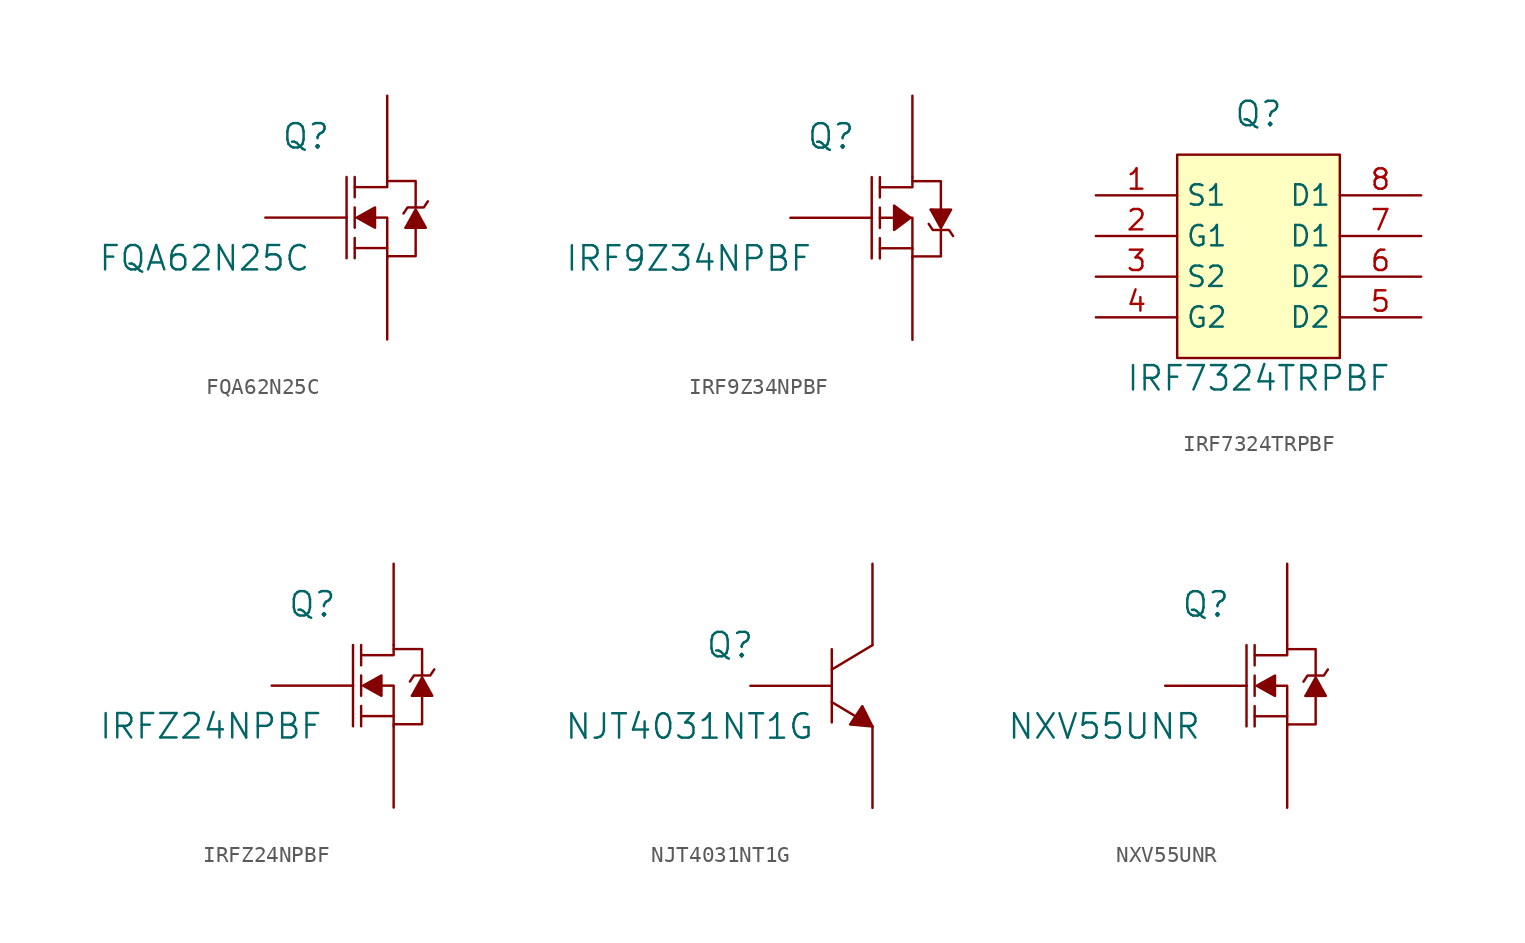
<source format=kicad_sym>
(kicad_symbol_lib
  (version 20211014)
  (generator kicad_symbol_editor)
  (symbol "FQA62N25C"
    (pin_numbers hide)
    (pin_names
      (offset 0) hide)
    (property "Reference" "Q"
      (at -2.54 5.08 0)
      (effects (font (size 1.524 1.524))))
    (property "Value" "FQA62N25C"
      (at -8.89 -2.54 0)
      (effects (font (size 1.524 1.524))))
    (symbol "FQA62N25C_0_1"
      (polyline (pts (xy 0 0) (xy 0 -2.54)) (stroke (width 0) (type default) (color 0 0 0 0)) (fill (type none)))
      (polyline (pts (xy 0 0) (xy 0 2.54)) (stroke (width 0) (type default) (color 0 0 0 0)) (fill (type none)))
      (polyline (pts (xy 0.508 -1.27) (xy 0.508 -2.54)) (stroke (width 0) (type default) (color 0 0 0 0)) (fill (type none)))
      (polyline (pts (xy 0.508 -0.635) (xy 0.508 0.635)) (stroke (width 0) (type default) (color 0 0 0 0)) (fill (type none)))
      (polyline (pts (xy 0.508 1.27) (xy 0.508 2.54)) (stroke (width 0) (type default) (color 0 0 0 0)) (fill (type none)))
      (polyline (pts (xy 2.54 -2.54) (xy 2.54 -1.905)) (stroke (width 0) (type default) (color 0 0 0 0)) (fill (type none)))
      (polyline (pts (xy 3.81 -0.635) (xy 3.683 -0.635)) (stroke (width 0) (type default) (color 0 0 0 0)) (fill (type none)))
      (polyline (pts (xy 0.508 1.905) (xy 2.54 1.905) (xy 2.54 2.54)) (stroke (width 0) (type default) (color 0 0 0 0)) (fill (type none)))
      (polyline (pts (xy 4.318 -0.635) (xy 4.318 -2.413) (xy 2.54 -2.413)) (stroke (width 0) (type default) (color 0 0 0 0)) (fill (type none)))
      (polyline (pts (xy 4.318 0.635) (xy 4.318 2.286) (xy 2.54 2.286)) (stroke (width 0) (type default) (color 0 0 0 0)) (fill (type none)))
      (polyline (pts (xy 0.508 -1.905) (xy 2.54 -1.905) (xy 2.54 0) (xy 1.778 0)) (stroke (width 0) (type default) (color 0 0 0 0)) (fill (type none)))
      (polyline (pts (xy 0.635 0) (xy 1.778 0.635) (xy 1.778 -0.635) (xy 0.635 0)) (stroke (width 0) (type default) (color 0 0 0 0)) (fill (type outline)))
      (polyline (pts (xy 3.556 0.254) (xy 3.81 0.635) (xy 4.826 0.635) (xy 5.08 1.016)) (stroke (width 0) (type default) (color 0 0 0 0)) (fill (type none)))
      (polyline (pts (xy 3.683 -0.635) (xy 4.318 0.508) (xy 4.953 -0.635) (xy 3.81 -0.635)) (stroke (width 0) (type default) (color 0 0 0 0)) (fill (type outline))))
    (symbol "FQA62N25C_1_1"
      (pin input line (at -5.08 0 0) (length 5.08) (name "G" (effects (font (size 1.27 1.27)))) (number "1" (effects (font (size 1.27 1.27)))))
      (pin input line (at 2.54 7.62 270) (length 5.08) (name "D" (effects (font (size 1.27 1.27)))) (number "2" (effects (font (size 1.27 1.27)))))
      (pin input line (at 2.54 -7.62 90) (length 5.08) (name "S" (effects (font (size 1.27 1.27)))) (number "3" (effects (font (size 1.27 1.27)))))))
  (symbol "IRF9Z34NPBF"
    (pin_numbers hide)
    (pin_names
      (offset 0) hide)
    (property "Reference" "Q"
      (at -2.54 5.08 0)
      (effects (font (size 1.524 1.524))))
    (property "Value" "IRF9Z34NPBF"
      (at -11.43 -2.54 0)
      (effects (font (size 1.524 1.524))))
    (symbol "IRF9Z34NPBF_0_1"
      (polyline (pts (xy 0 0) (xy 0 -2.54)) (stroke (width 0) (type default) (color 0 0 0 0)) (fill (type none)))
      (polyline (pts (xy 0 0) (xy 0 2.54)) (stroke (width 0) (type default) (color 0 0 0 0)) (fill (type none)))
      (polyline (pts (xy 0.508 -1.905) (xy 2.54 -1.905)) (stroke (width 0) (type default) (color 0 0 0 0)) (fill (type none)))
      (polyline (pts (xy 0.508 -1.27) (xy 0.508 -2.54)) (stroke (width 0) (type default) (color 0 0 0 0)) (fill (type none)))
      (polyline (pts (xy 0.508 -0.635) (xy 0.508 0.635)) (stroke (width 0) (type default) (color 0 0 0 0)) (fill (type none)))
      (polyline (pts (xy 0.508 0) (xy 1.397 0)) (stroke (width 0) (type default) (color 0 0 0 0)) (fill (type none)))
      (polyline (pts (xy 0.508 1.27) (xy 0.508 2.54)) (stroke (width 0) (type default) (color 0 0 0 0)) (fill (type none)))
      (polyline (pts (xy 2.54 -2.54) (xy 2.54 -1.905)) (stroke (width 0) (type default) (color 0 0 0 0)) (fill (type none)))
      (polyline (pts (xy 3.81 0.508) (xy 3.683 0.508)) (stroke (width 0) (type default) (color 0 0 0 0)) (fill (type none)))
      (polyline (pts (xy 0.508 1.905) (xy 2.54 1.905) (xy 2.54 2.54)) (stroke (width 0) (type default) (color 0 0 0 0)) (fill (type none)))
      (polyline (pts (xy 2.413 0) (xy 2.54 0) (xy 2.54 -1.905)) (stroke (width 0) (type default) (color 0 0 0 0)) (fill (type none)))
      (polyline (pts (xy 4.318 -0.762) (xy 4.318 -2.413) (xy 2.54 -2.413)) (stroke (width 0) (type default) (color 0 0 0 0)) (fill (type none)))
      (polyline (pts (xy 4.318 0.508) (xy 4.318 2.286) (xy 2.54 2.286)) (stroke (width 0) (type default) (color 0 0 0 0)) (fill (type none)))
      (polyline (pts (xy 2.413 0) (xy 1.397 0.762) (xy 1.397 -0.762) (xy 2.413 0)) (stroke (width 0) (type default) (color 0 0 0 0)) (fill (type outline)))
      (polyline (pts (xy 3.556 -0.381) (xy 3.81 -0.762) (xy 4.826 -0.762) (xy 5.08 -1.143)) (stroke (width 0) (type default) (color 0 0 0 0)) (fill (type none)))
      (polyline (pts (xy 3.683 0.508) (xy 4.318 -0.635) (xy 4.953 0.508) (xy 3.81 0.508)) (stroke (width 0) (type default) (color 0 0 0 0)) (fill (type outline))))
    (symbol "IRF9Z34NPBF_1_1"
      (pin input line (at -5.08 0 0) (length 5.08) (name "G" (effects (font (size 1.27 1.27)))) (number "1" (effects (font (size 1.27 1.27)))))
      (pin input line (at 2.54 7.62 270) (length 5.08) (name "D" (effects (font (size 1.27 1.27)))) (number "2" (effects (font (size 1.27 1.27)))))
      (pin input line (at 2.54 -7.62 90) (length 5.08) (name "S" (effects (font (size 1.27 1.27)))) (number "3" (effects (font (size 1.27 1.27)))))))
  (symbol "IRF7324TRPBF"
    (property "Reference" "Q"
      (at 0 8.89 0)
      (effects (font (size 1.524 1.524))))
    (property "Value" "IRF7324TRPBF"
      (at 0 -7.62 0)
      (effects (font (size 1.524 1.524))))
    (symbol "IRF7324TRPBF_0_1"
      (rectangle (start -5.08 6.35) (end 5.08 -6.35) (stroke (width 0) (type default) (color 0 0 0 0)) (fill (type background))))
    (symbol "IRF7324TRPBF_1_1"
      (pin passive line (at -10.16 3.81 0) (length 5.08) (name "S1" (effects (font (size 1.27 1.27)))) (number "1" (effects (font (size 1.27 1.27)))))
      (pin passive line (at -10.16 1.27 0) (length 5.08) (name "G1" (effects (font (size 1.27 1.27)))) (number "2" (effects (font (size 1.27 1.27)))))
      (pin passive line (at -10.16 -1.27 0) (length 5.08) (name "S2" (effects (font (size 1.27 1.27)))) (number "3" (effects (font (size 1.27 1.27)))))
      (pin passive line (at -10.16 -3.81 0) (length 5.08) (name "G2" (effects (font (size 1.27 1.27)))) (number "4" (effects (font (size 1.27 1.27)))))
      (pin input line (at 10.16 -3.81 180) (length 5.08) (name "D2" (effects (font (size 1.27 1.27)))) (number "5" (effects (font (size 1.27 1.27)))))
      (pin input line (at 10.16 -1.27 180) (length 5.08) (name "D2" (effects (font (size 1.27 1.27)))) (number "6" (effects (font (size 1.27 1.27)))))
      (pin input line (at 10.16 1.27 180) (length 5.08) (name "D1" (effects (font (size 1.27 1.27)))) (number "7" (effects (font (size 1.27 1.27)))))
      (pin input line (at 10.16 3.81 180) (length 5.08) (name "D1" (effects (font (size 1.27 1.27)))) (number "8" (effects (font (size 1.27 1.27)))))))
  (symbol "IRFZ24NPBF"
    (pin_numbers hide)
    (pin_names
      (offset 0) hide)
    (property "Reference" "Q"
      (at -2.54 5.08 0)
      (effects (font (size 1.524 1.524))))
    (property "Value" "IRFZ24NPBF"
      (at -8.89 -2.54 0)
      (effects (font (size 1.524 1.524))))
    (symbol "IRFZ24NPBF_0_1"
      (polyline (pts (xy 0 0) (xy 0 -2.54)) (stroke (width 0) (type default) (color 0 0 0 0)) (fill (type none)))
      (polyline (pts (xy 0 0) (xy 0 2.54)) (stroke (width 0) (type default) (color 0 0 0 0)) (fill (type none)))
      (polyline (pts (xy 0.508 -1.27) (xy 0.508 -2.54)) (stroke (width 0) (type default) (color 0 0 0 0)) (fill (type none)))
      (polyline (pts (xy 0.508 -0.635) (xy 0.508 0.635)) (stroke (width 0) (type default) (color 0 0 0 0)) (fill (type none)))
      (polyline (pts (xy 0.508 1.27) (xy 0.508 2.54)) (stroke (width 0) (type default) (color 0 0 0 0)) (fill (type none)))
      (polyline (pts (xy 2.54 -2.54) (xy 2.54 -1.905)) (stroke (width 0) (type default) (color 0 0 0 0)) (fill (type none)))
      (polyline (pts (xy 3.81 -0.635) (xy 3.683 -0.635)) (stroke (width 0) (type default) (color 0 0 0 0)) (fill (type none)))
      (polyline (pts (xy 0.508 1.905) (xy 2.54 1.905) (xy 2.54 2.54)) (stroke (width 0) (type default) (color 0 0 0 0)) (fill (type none)))
      (polyline (pts (xy 4.318 -0.635) (xy 4.318 -2.413) (xy 2.54 -2.413)) (stroke (width 0) (type default) (color 0 0 0 0)) (fill (type none)))
      (polyline (pts (xy 4.318 0.635) (xy 4.318 2.286) (xy 2.54 2.286)) (stroke (width 0) (type default) (color 0 0 0 0)) (fill (type none)))
      (polyline (pts (xy 0.508 -1.905) (xy 2.54 -1.905) (xy 2.54 0) (xy 1.778 0)) (stroke (width 0) (type default) (color 0 0 0 0)) (fill (type none)))
      (polyline (pts (xy 0.635 0) (xy 1.778 0.635) (xy 1.778 -0.635) (xy 0.635 0)) (stroke (width 0) (type default) (color 0 0 0 0)) (fill (type outline)))
      (polyline (pts (xy 3.556 0.254) (xy 3.81 0.635) (xy 4.826 0.635) (xy 5.08 1.016)) (stroke (width 0) (type default) (color 0 0 0 0)) (fill (type none)))
      (polyline (pts (xy 3.683 -0.635) (xy 4.318 0.508) (xy 4.953 -0.635) (xy 3.81 -0.635)) (stroke (width 0) (type default) (color 0 0 0 0)) (fill (type outline))))
    (symbol "IRFZ24NPBF_1_1"
      (pin input line (at -5.08 0 0) (length 5.08) (name "G" (effects (font (size 1.27 1.27)))) (number "1" (effects (font (size 1.27 1.27)))))
      (pin input line (at 2.54 7.62 270) (length 5.08) (name "D" (effects (font (size 1.27 1.27)))) (number "2" (effects (font (size 1.27 1.27)))))
      (pin input line (at 2.54 -7.62 90) (length 5.08) (name "S" (effects (font (size 1.27 1.27)))) (number "3" (effects (font (size 1.27 1.27)))))))
  (symbol "NJT4031NT1G"
    (pin_numbers hide)
    (pin_names
      (offset 0) hide)
    (property "Reference" "Q"
      (at -6.35 2.54 0)
      (effects (font (size 1.524 1.524))))
    (property "Value" "NJT4031NT1G"
      (at -8.89 -2.54 0)
      (effects (font (size 1.524 1.524))))
    (symbol "NJT4031NT1G_0_1"
      (polyline (pts (xy 0 2.286) (xy 0 -2.286)) (stroke (width 0) (type default) (color 0 0 0 0)) (fill (type none)))
      (polyline (pts (xy 2.54 -2.54) (xy 0 -1.016)) (stroke (width 0) (type default) (color 0 0 0 0)) (fill (type none)))
      (polyline (pts (xy 2.54 2.54) (xy 0 1.016)) (stroke (width 0) (type default) (color 0 0 0 0)) (fill (type none)))
      (polyline (pts (xy 2.54 -2.54) (xy 1.905 -1.27) (xy 1.143 -2.413) (xy 2.54 -2.54)) (stroke (width 0) (type default) (color 0 0 0 0)) (fill (type outline))))
    (symbol "NJT4031NT1G_1_1"
      (pin input line (at -5.08 0 0) (length 5.08) (name "B" (effects (font (size 1.27 1.27)))) (number "1" (effects (font (size 1.27 1.27)))))
      (pin input line (at 2.54 7.62 270) (length 5.08) (name "C" (effects (font (size 1.27 1.27)))) (number "2" (effects (font (size 1.27 1.27)))))
      (pin input line (at 2.54 -7.62 90) (length 5.08) (name "E" (effects (font (size 1.27 1.27)))) (number "3" (effects (font (size 1.27 1.27)))))
      (pin input line (at 2.54 7.62 270) (length 5.08) hide (name "C" (effects (font (size 1.27 1.27)))) (number "4" (effects (font (size 1.27 1.27)))))))
  (symbol "NXV55UNR"
    (pin_numbers hide)
    (pin_names
      (offset 0) hide)
    (property "Reference" "Q"
      (at -2.54 5.08 0)
      (effects (font (size 1.524 1.524))))
    (property "Value" "NXV55UNR"
      (at -8.89 -2.54 0)
      (effects (font (size 1.524 1.524))))
    (symbol "NXV55UNR_0_1"
      (polyline (pts (xy 0 0) (xy 0 -2.54)) (stroke (width 0) (type default) (color 0 0 0 0)) (fill (type none)))
      (polyline (pts (xy 0 0) (xy 0 2.54)) (stroke (width 0) (type default) (color 0 0 0 0)) (fill (type none)))
      (polyline (pts (xy 0.508 -1.27) (xy 0.508 -2.54)) (stroke (width 0) (type default) (color 0 0 0 0)) (fill (type none)))
      (polyline (pts (xy 0.508 -0.635) (xy 0.508 0.635)) (stroke (width 0) (type default) (color 0 0 0 0)) (fill (type none)))
      (polyline (pts (xy 0.508 1.27) (xy 0.508 2.54)) (stroke (width 0) (type default) (color 0 0 0 0)) (fill (type none)))
      (polyline (pts (xy 2.54 -2.54) (xy 2.54 -1.905)) (stroke (width 0) (type default) (color 0 0 0 0)) (fill (type none)))
      (polyline (pts (xy 3.81 -0.635) (xy 3.683 -0.635)) (stroke (width 0) (type default) (color 0 0 0 0)) (fill (type none)))
      (polyline (pts (xy 0.508 1.905) (xy 2.54 1.905) (xy 2.54 2.54)) (stroke (width 0) (type default) (color 0 0 0 0)) (fill (type none)))
      (polyline (pts (xy 4.318 -0.635) (xy 4.318 -2.413) (xy 2.54 -2.413)) (stroke (width 0) (type default) (color 0 0 0 0)) (fill (type none)))
      (polyline (pts (xy 4.318 0.635) (xy 4.318 2.286) (xy 2.54 2.286)) (stroke (width 0) (type default) (color 0 0 0 0)) (fill (type none)))
      (polyline (pts (xy 0.508 -1.905) (xy 2.54 -1.905) (xy 2.54 0) (xy 1.778 0)) (stroke (width 0) (type default) (color 0 0 0 0)) (fill (type none)))
      (polyline (pts (xy 0.635 0) (xy 1.778 0.635) (xy 1.778 -0.635) (xy 0.635 0)) (stroke (width 0) (type default) (color 0 0 0 0)) (fill (type outline)))
      (polyline (pts (xy 3.556 0.254) (xy 3.81 0.635) (xy 4.826 0.635) (xy 5.08 1.016)) (stroke (width 0) (type default) (color 0 0 0 0)) (fill (type none)))
      (polyline (pts (xy 3.683 -0.635) (xy 4.318 0.508) (xy 4.953 -0.635) (xy 3.81 -0.635)) (stroke (width 0) (type default) (color 0 0 0 0)) (fill (type outline))))
    (symbol "NXV55UNR_1_1"
      (pin input line (at -5.08 0 0) (length 5.08) (name "G" (effects (font (size 1.27 1.27)))) (number "1" (effects (font (size 1.27 1.27)))))
      (pin input line (at 2.54 7.62 270) (length 5.08) (name "D" (effects (font (size 1.27 1.27)))) (number "2" (effects (font (size 1.27 1.27)))))
      (pin input line (at 2.54 -7.62 90) (length 5.08) (name "S" (effects (font (size 1.27 1.27)))) (number "3" (effects (font (size 1.27 1.27))))))))
</source>
